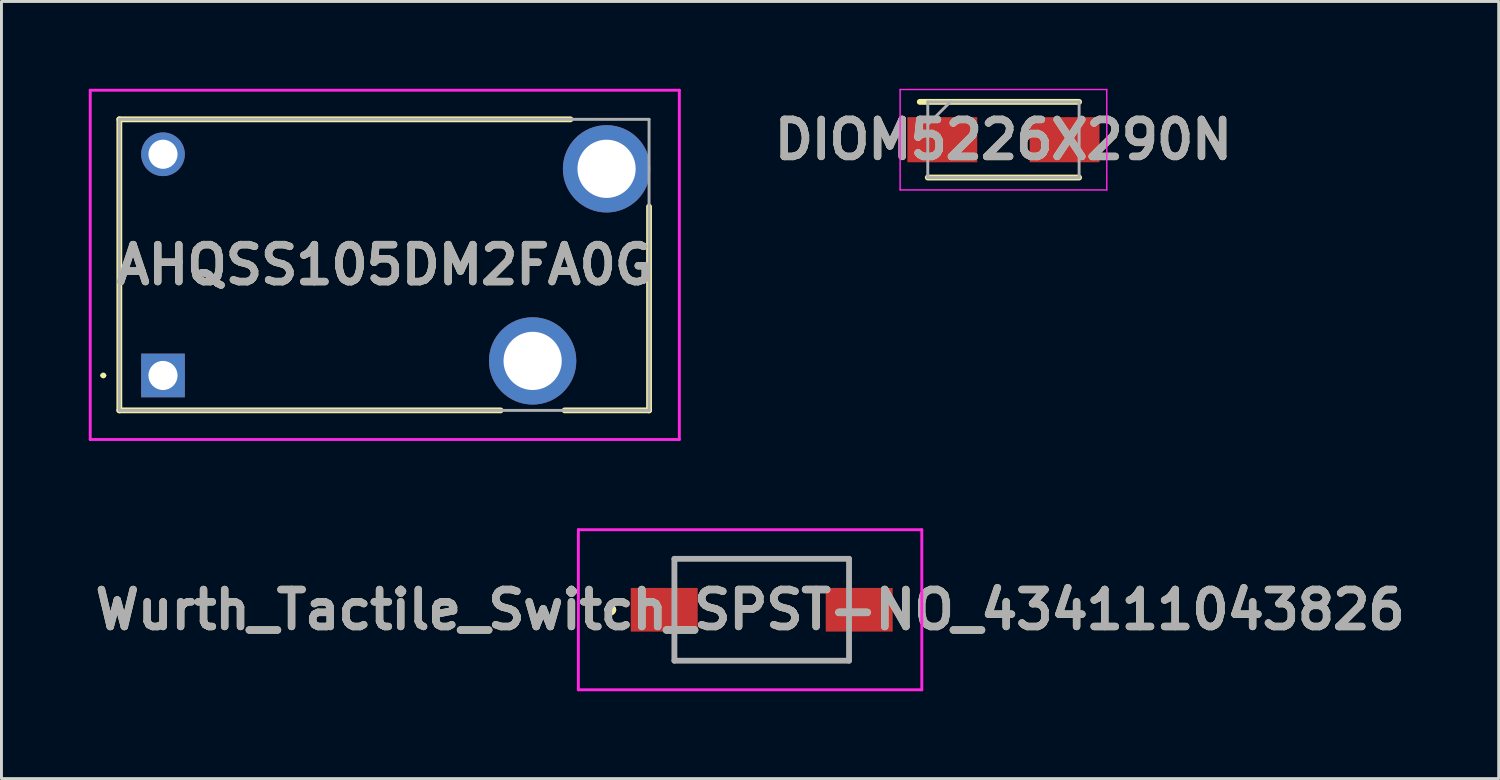
<source format=kicad_pcb>
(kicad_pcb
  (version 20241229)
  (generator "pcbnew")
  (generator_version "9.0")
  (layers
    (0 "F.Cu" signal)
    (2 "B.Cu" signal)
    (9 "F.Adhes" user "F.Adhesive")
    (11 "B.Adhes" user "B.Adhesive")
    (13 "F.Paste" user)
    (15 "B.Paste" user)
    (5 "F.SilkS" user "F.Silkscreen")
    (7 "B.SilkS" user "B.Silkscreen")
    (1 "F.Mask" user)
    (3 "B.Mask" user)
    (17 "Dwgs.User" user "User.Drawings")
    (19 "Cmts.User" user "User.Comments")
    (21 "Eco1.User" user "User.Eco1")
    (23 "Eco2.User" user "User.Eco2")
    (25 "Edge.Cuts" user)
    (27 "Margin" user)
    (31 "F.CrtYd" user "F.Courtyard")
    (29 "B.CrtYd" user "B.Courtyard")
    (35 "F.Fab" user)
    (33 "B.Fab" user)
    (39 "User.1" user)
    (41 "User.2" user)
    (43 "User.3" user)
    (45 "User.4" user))
  (footprint "AHQSS105DM2FA0G"
    (layer "F.Cu")
    (at 2.55 9.85)
    (property "Reference" "AHQSS105DM2FA0G" (at 7.62 -3.8 0) (layer "F.SilkS") (effects (font (size 1.27 1.27) (thickness 0.254))))
    (attr through_hole)
    (fp_line (start -2.1 0) (end -2.1 0) (stroke (width 0.1) (type solid)) (layer "F.SilkS"))
    (fp_line (start -2 0) (end -2 0) (stroke (width 0.1) (type solid)) (layer "F.SilkS"))
    (fp_line (start -1.5 -8.8) (end 14 -8.8) (stroke (width 0.2) (type solid)) (layer "F.SilkS"))
    (fp_line (start -1.5 1.2) (end -1.5 -8.8) (stroke (width 0.2) (type solid)) (layer "F.SilkS"))
    (fp_line (start 11.6 1.2) (end -1.5 1.2) (stroke (width 0.2) (type solid)) (layer "F.SilkS"))
    (fp_line (start 16.7 -5.8) (end 16.7 1.2) (stroke (width 0.2) (type solid)) (layer "F.SilkS"))
    (fp_line (start 16.7 1.2) (end 13.8 1.2) (stroke (width 0.2) (type solid)) (layer "F.SilkS"))
    (fp_arc (start -2.1 0) (mid -2.05 -0.05) (end -2 0) (stroke (width 0.1) (type solid)) (layer "F.SilkS"))
    (fp_arc (start -2 0) (mid -2.05 0.05) (end -2.1 0) (stroke (width 0.1) (type solid)) (layer "F.SilkS"))
    (fp_line (start -2.5 -9.8) (end -2.5 2.2) (stroke (width 0.1) (type solid)) (layer "F.CrtYd"))
    (fp_line (start -2.5 2.2) (end 17.74 2.2) (stroke (width 0.1) (type solid)) (layer "F.CrtYd"))
    (fp_line (start 17.74 -9.8) (end -2.5 -9.8) (stroke (width 0.1) (type solid)) (layer "F.CrtYd"))
    (fp_line (start 17.74 2.2) (end 17.74 -9.8) (stroke (width 0.1) (type solid)) (layer "F.CrtYd"))
    (fp_line (start -1.5 -8.8) (end -1.5 1.2) (stroke (width 0.1) (type solid)) (layer "F.Fab"))
    (fp_line (start -1.5 1.2) (end 16.7 1.2) (stroke (width 0.1) (type solid)) (layer "F.Fab"))
    (fp_line (start 16.7 -8.8) (end -1.5 -8.8) (stroke (width 0.1) (type solid)) (layer "F.Fab"))
    (fp_line (start 16.7 1.2) (end 16.7 -8.8) (stroke (width 0.1) (type solid)) (layer "F.Fab"))
    (fp_text user "${REFERENCE}" (at 7.62 -3.8 0) (layer "F.Fab") (effects (font (size 1.27 1.27) (thickness 0.254))))
    (pad "1" thru_hole rect (at 0 0) (size 1.5 1.5) (drill 1) (layers "*.Cu" "*.Mask"))
    (pad "2" thru_hole circle (at 12.7 -0.5) (size 3 3) (drill 2) (layers "*.Cu" "*.Mask"))
    (pad "3" thru_hole circle (at 15.24 -7.1) (size 3 3) (drill 2) (layers "*.Cu" "*.Mask"))
    (pad "4" thru_hole circle (at 0 -7.6) (size 1.5 1.5) (drill 1) (layers "*.Cu" "*.Mask")))
  (footprint "Wurth_Tactile_Switch_SPST-NO_434111043826"
    (layer "F.Cu")
    (at 23.121 17.9)
    (property "Reference" "Wurth_Tactile_Switch_SPST-NO_434111043826" (at -0.4 0 0) (layer "F.SilkS") (effects (font (size 1.27 1.27) (thickness 0.254))))
    (attr smd)
    (fp_line (start -5.3 0) (end -5.3 0) (stroke (width 0.2) (type solid)) (layer "F.SilkS"))
    (fp_line (start -5.1 0) (end -5.1 0) (stroke (width 0.2) (type solid)) (layer "F.SilkS"))
    (fp_line (start -3 -1.75) (end 3 -1.75) (stroke (width 0.1) (type solid)) (layer "F.SilkS"))
    (fp_line (start -3 1.75) (end 3 1.75) (stroke (width 0.1) (type solid)) (layer "F.SilkS"))
    (fp_arc (start -5.3 0) (mid -5.2 -0.1) (end -5.1 0) (stroke (width 0.2) (type solid)) (layer "F.SilkS"))
    (fp_arc (start -5.1 0) (mid -5.2 0.1) (end -5.3 0) (stroke (width 0.2) (type solid)) (layer "F.SilkS"))
    (fp_line (start -6.3 -2.75) (end 5.5 -2.75) (stroke (width 0.1) (type solid)) (layer "F.CrtYd"))
    (fp_line (start -6.3 2.75) (end -6.3 -2.75) (stroke (width 0.1) (type solid)) (layer "F.CrtYd"))
    (fp_line (start 5.5 -2.75) (end 5.5 2.75) (stroke (width 0.1) (type solid)) (layer "F.CrtYd"))
    (fp_line (start 5.5 2.75) (end -6.3 2.75) (stroke (width 0.1) (type solid)) (layer "F.CrtYd"))
    (fp_line (start -3 -1.75) (end 3 -1.75) (stroke (width 0.2) (type solid)) (layer "F.Fab"))
    (fp_line (start -3 1.75) (end -3 -1.75) (stroke (width 0.2) (type solid)) (layer "F.Fab"))
    (fp_line (start 3 -1.75) (end 3 1.75) (stroke (width 0.2) (type solid)) (layer "F.Fab"))
    (fp_line (start 3 1.75) (end -3 1.75) (stroke (width 0.2) (type solid)) (layer "F.Fab"))
    (fp_text user "${REFERENCE}" (at -0.4 0 0) (layer "F.Fab") (effects (font (size 1.27 1.27) (thickness 0.254))))
    (pad "1" smd rect (at -3.35 0 90) (size 1.5 2.3) (layers "F.Cu" "F.Mask" "F.Paste"))
    (pad "2" smd rect (at 3.35 0 90) (size 1.5 2.3) (layers "F.Cu" "F.Mask" "F.Paste")))
  (footprint "DIOM5226X290N"
    (layer "F.Cu")
    (at 31.426 1.75)
    (property "Reference" "DIOM5226X290N" (at 0 0 0) (layer "F.SilkS") (effects (font (size 1.27 1.27) (thickness 0.254))))
    (attr smd)
    (fp_line (start -2.6 1.3) (end 2.6 1.3) (stroke (width 0.2) (type solid)) (layer "F.SilkS"))
    (fp_line (start 2.6 -1.3) (end -2.875 -1.3) (stroke (width 0.2) (type solid)) (layer "F.SilkS"))
    (fp_line (start -3.55 -1.725) (end 3.55 -1.725) (stroke (width 0.05) (type solid)) (layer "F.CrtYd"))
    (fp_line (start -3.55 1.725) (end -3.55 -1.725) (stroke (width 0.05) (type solid)) (layer "F.CrtYd"))
    (fp_line (start 3.55 -1.725) (end 3.55 1.725) (stroke (width 0.05) (type solid)) (layer "F.CrtYd"))
    (fp_line (start 3.55 1.725) (end -3.55 1.725) (stroke (width 0.05) (type solid)) (layer "F.CrtYd"))
    (fp_line (start -2.6 -1.3) (end 2.6 -1.3) (stroke (width 0.1) (type solid)) (layer "F.Fab"))
    (fp_line (start -2.6 -0.525) (end -1.825 -1.3) (stroke (width 0.1) (type solid)) (layer "F.Fab"))
    (fp_line (start -2.6 1.3) (end -2.6 -1.3) (stroke (width 0.1) (type solid)) (layer "F.Fab"))
    (fp_line (start 2.6 -1.3) (end 2.6 1.3) (stroke (width 0.1) (type solid)) (layer "F.Fab"))
    (fp_line (start 2.6 1.3) (end -2.6 1.3) (stroke (width 0.1) (type solid)) (layer "F.Fab"))
    (fp_text user "${REFERENCE}" (at 0 0 0) (layer "F.Fab") (effects (font (size 1.27 1.27) (thickness 0.254))))
    (pad "1" smd rect (at -2.1 0 90) (size 1.55 2.4) (layers "F.Cu" "F.Mask" "F.Paste"))
    (pad "2" smd rect (at 2.1 0 90) (size 1.55 2.4) (layers "F.Cu" "F.Mask" "F.Paste")))
  (gr_rect
    (start -3 -3)
    (end 48.442 23.7)
    (stroke (width 0.1) (type default))
    (fill no)
    (layer "Edge.Cuts")))
</source>
